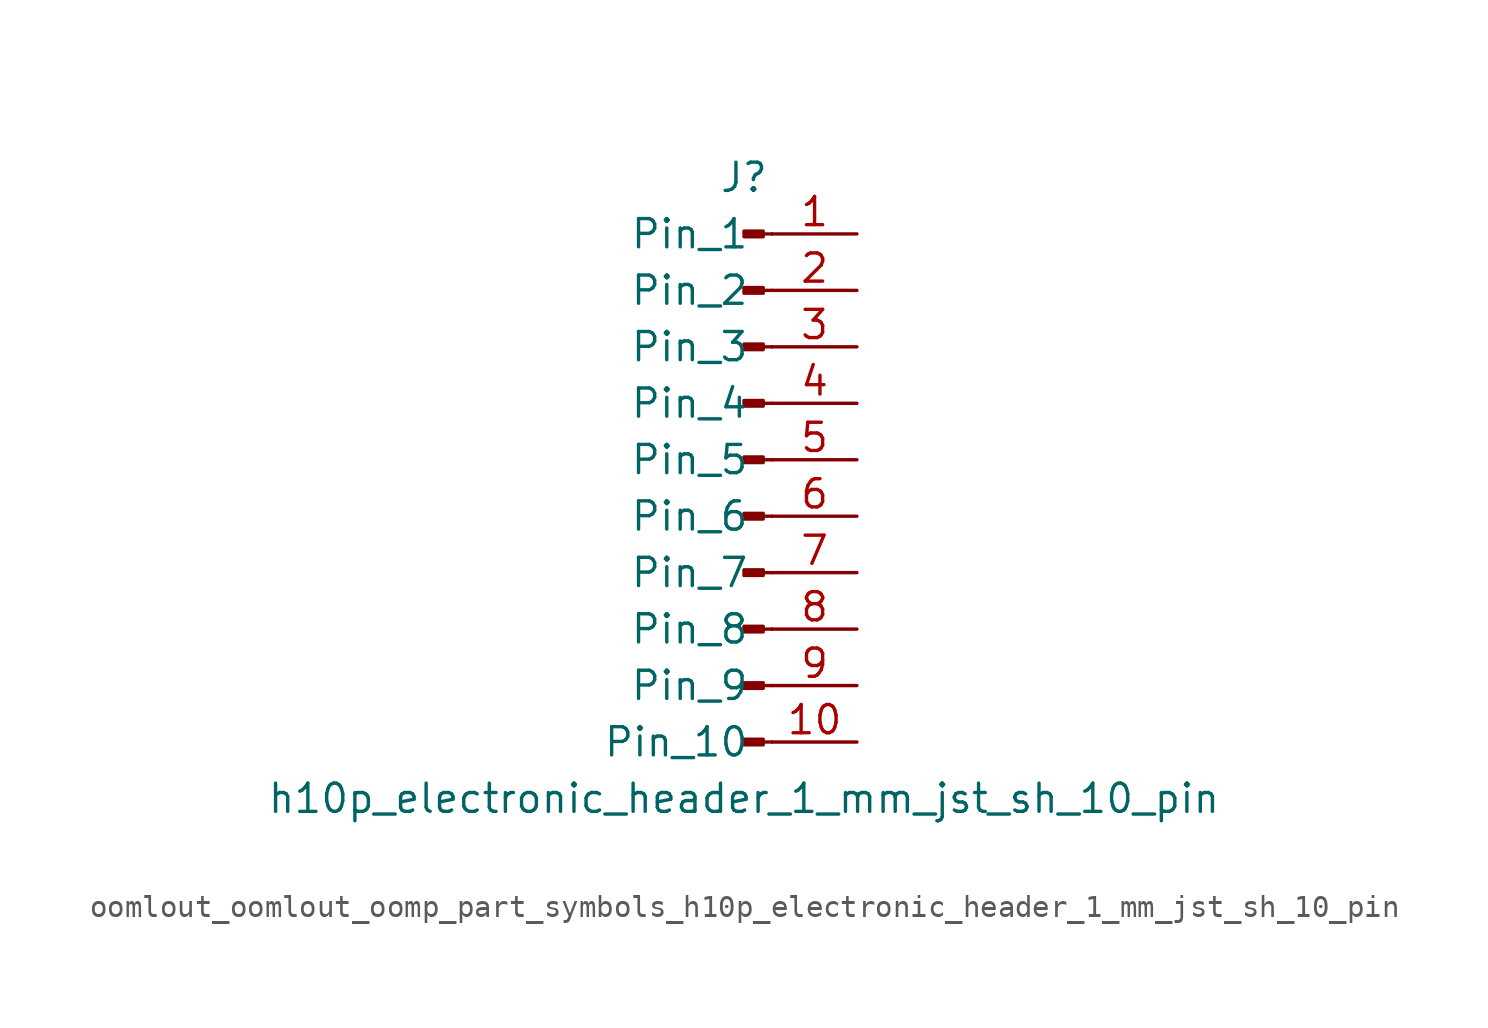
<source format=kicad_sym>
(kicad_symbol_lib
  (version 20220914)
  (generator kicad_symbol_editor)
  (symbol "oomlout_oomlout_oomp_part_symbols_h10p_electronic_header_1_mm_jst_sh_10_pin"
    (pin_names
      (offset 1.016))
    (property "Reference" "J"
      (at 0 12.7 0)
      (effects (font (size 1.27 1.27))))
    (property "Value" "h10p_electronic_header_1_mm_jst_sh_10_pin"
      (at 0 -15.24 0)
      (effects (font (size 1.27 1.27))))
    (property "ki_locked" ""
      (at 0 0 0)
      (effects (font (size 1.27 1.27))))
    (symbol "oomlout_oomlout_oomp_part_symbols_h10p_electronic_header_1_mm_jst_sh_10_pin_1_1"
      (polyline (pts (xy 1.27 -12.7) (xy 0.864 -12.7)) (stroke (width 0.152) (type default)) (fill (type none)))
      (polyline (pts (xy 1.27 -10.16) (xy 0.864 -10.16)) (stroke (width 0.152) (type default)) (fill (type none)))
      (polyline (pts (xy 1.27 -7.62) (xy 0.864 -7.62)) (stroke (width 0.152) (type default)) (fill (type none)))
      (polyline (pts (xy 1.27 -5.08) (xy 0.864 -5.08)) (stroke (width 0.152) (type default)) (fill (type none)))
      (polyline (pts (xy 1.27 -2.54) (xy 0.864 -2.54)) (stroke (width 0.152) (type default)) (fill (type none)))
      (polyline (pts (xy 1.27 0) (xy 0.864 0)) (stroke (width 0.152) (type default)) (fill (type none)))
      (polyline (pts (xy 1.27 2.54) (xy 0.864 2.54)) (stroke (width 0.152) (type default)) (fill (type none)))
      (polyline (pts (xy 1.27 5.08) (xy 0.864 5.08)) (stroke (width 0.152) (type default)) (fill (type none)))
      (polyline (pts (xy 1.27 7.62) (xy 0.864 7.62)) (stroke (width 0.152) (type default)) (fill (type none)))
      (polyline (pts (xy 1.27 10.16) (xy 0.864 10.16)) (stroke (width 0.152) (type default)) (fill (type none)))
      (rectangle (start 0.864 -12.573) (end 0 -12.827) (stroke (width 0.152) (type default)) (fill (type outline)))
      (rectangle (start 0.864 -10.033) (end 0 -10.287) (stroke (width 0.152) (type default)) (fill (type outline)))
      (rectangle (start 0.864 -7.493) (end 0 -7.747) (stroke (width 0.152) (type default)) (fill (type outline)))
      (rectangle (start 0.864 -4.953) (end 0 -5.207) (stroke (width 0.152) (type default)) (fill (type outline)))
      (rectangle (start 0.864 -2.413) (end 0 -2.667) (stroke (width 0.152) (type default)) (fill (type outline)))
      (rectangle (start 0.864 0.127) (end 0 -0.127) (stroke (width 0.152) (type default)) (fill (type outline)))
      (rectangle (start 0.864 2.667) (end 0 2.413) (stroke (width 0.152) (type default)) (fill (type outline)))
      (rectangle (start 0.864 5.207) (end 0 4.953) (stroke (width 0.152) (type default)) (fill (type outline)))
      (rectangle (start 0.864 7.747) (end 0 7.493) (stroke (width 0.152) (type default)) (fill (type outline)))
      (rectangle (start 0.864 10.287) (end 0 10.033) (stroke (width 0.152) (type default)) (fill (type outline)))
      (pin passive line (at 5.08 10.16 180) (length 3.81) (name "Pin_1" (effects (font (size 1.27 1.27)))) (number "1" (effects (font (size 1.27 1.27)))))
      (pin passive line (at 5.08 -12.7 180) (length 3.81) (name "Pin_10" (effects (font (size 1.27 1.27)))) (number "10" (effects (font (size 1.27 1.27)))))
      (pin passive line (at 5.08 7.62 180) (length 3.81) (name "Pin_2" (effects (font (size 1.27 1.27)))) (number "2" (effects (font (size 1.27 1.27)))))
      (pin passive line (at 5.08 5.08 180) (length 3.81) (name "Pin_3" (effects (font (size 1.27 1.27)))) (number "3" (effects (font (size 1.27 1.27)))))
      (pin passive line (at 5.08 2.54 180) (length 3.81) (name "Pin_4" (effects (font (size 1.27 1.27)))) (number "4" (effects (font (size 1.27 1.27)))))
      (pin passive line (at 5.08 0 180) (length 3.81) (name "Pin_5" (effects (font (size 1.27 1.27)))) (number "5" (effects (font (size 1.27 1.27)))))
      (pin passive line (at 5.08 -2.54 180) (length 3.81) (name "Pin_6" (effects (font (size 1.27 1.27)))) (number "6" (effects (font (size 1.27 1.27)))))
      (pin passive line (at 5.08 -5.08 180) (length 3.81) (name "Pin_7" (effects (font (size 1.27 1.27)))) (number "7" (effects (font (size 1.27 1.27)))))
      (pin passive line (at 5.08 -7.62 180) (length 3.81) (name "Pin_8" (effects (font (size 1.27 1.27)))) (number "8" (effects (font (size 1.27 1.27)))))
      (pin passive line (at 5.08 -10.16 180) (length 3.81) (name "Pin_9" (effects (font (size 1.27 1.27)))) (number "9" (effects (font (size 1.27 1.27))))))))
</source>
